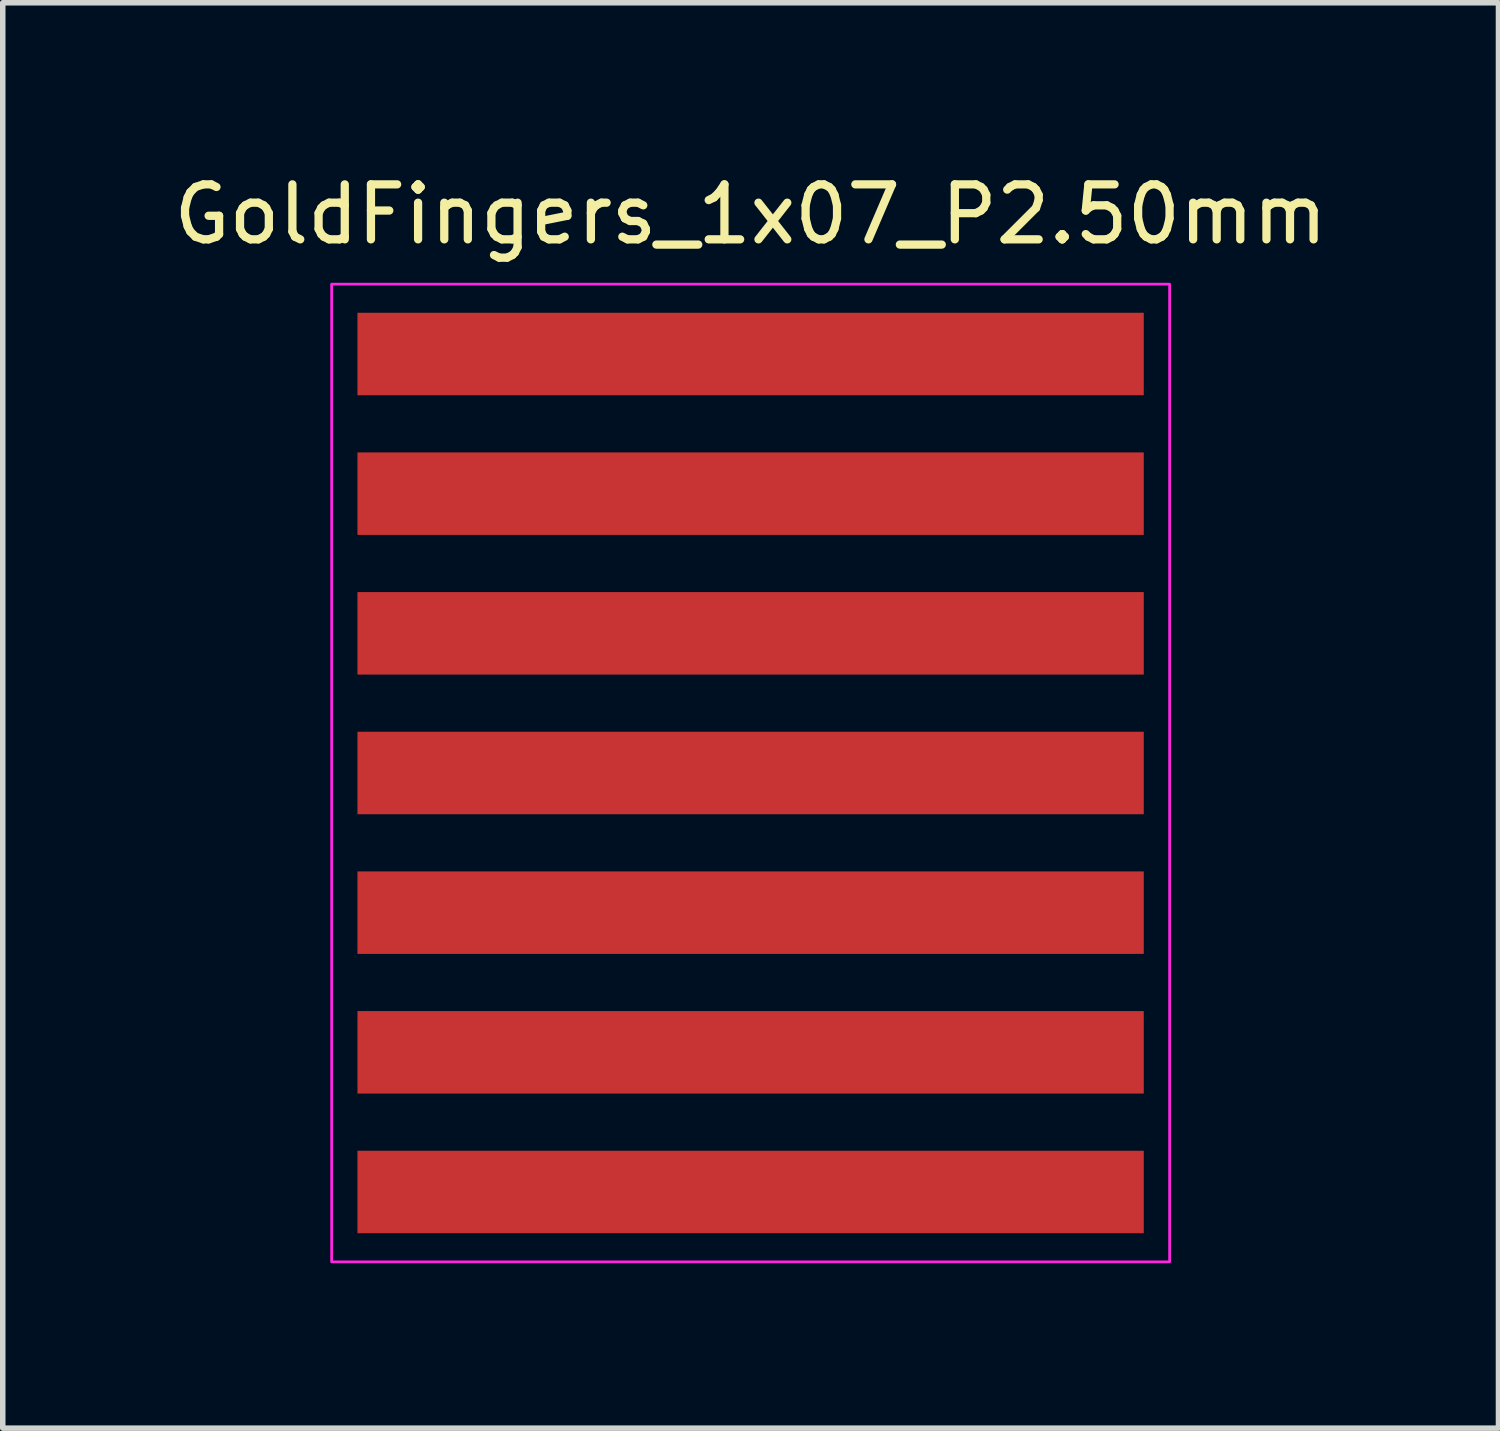
<source format=kicad_pcb>
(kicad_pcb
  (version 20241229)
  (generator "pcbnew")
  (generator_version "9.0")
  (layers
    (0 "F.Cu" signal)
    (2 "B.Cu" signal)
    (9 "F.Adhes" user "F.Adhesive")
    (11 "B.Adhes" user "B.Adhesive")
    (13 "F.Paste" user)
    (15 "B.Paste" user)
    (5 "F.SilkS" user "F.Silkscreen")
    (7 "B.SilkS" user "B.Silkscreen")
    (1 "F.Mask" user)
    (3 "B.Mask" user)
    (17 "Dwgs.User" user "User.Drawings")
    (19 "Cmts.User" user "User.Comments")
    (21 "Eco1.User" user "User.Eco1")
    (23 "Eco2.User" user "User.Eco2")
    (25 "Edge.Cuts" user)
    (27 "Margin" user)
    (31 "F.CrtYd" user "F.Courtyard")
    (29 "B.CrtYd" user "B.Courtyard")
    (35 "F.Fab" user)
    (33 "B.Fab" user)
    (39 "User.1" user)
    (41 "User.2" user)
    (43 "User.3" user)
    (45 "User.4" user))
  (footprint "GoldFingers_1x07_P2.50mm"
    (layer "F.Cu")
    (at 10.601 11.008)
    (property "Reference" "GoldFingers_1x07_P2.50mm" (at 0 -10.16 0) (layer "F.SilkS") (effects (font (size 1 1) (thickness 0.15))))
    (attr smd)
    (fp_rect (start -7.62 -8.89) (end 7.62 8.89) (stroke (width 0.05) (type default)) (fill no) (layer "F.CrtYd"))
    (pad "1" connect rect (at 0 -7.62 90) (size 1.5 14.3) (layers "F.Cu" "F.Mask"))
    (pad "2" connect rect (at 0 -5.08 90) (size 1.5 14.3) (layers "F.Cu" "F.Mask"))
    (pad "3" connect rect (at 0 -2.54 90) (size 1.5 14.3) (layers "F.Cu" "F.Mask"))
    (pad "4" connect rect (at 0 0 90) (size 1.5 14.3) (layers "F.Cu" "F.Mask"))
    (pad "5" connect rect (at 0 2.54 90) (size 1.5 14.3) (layers "F.Cu" "F.Mask"))
    (pad "6" connect rect (at 0 5.08 90) (size 1.5 14.3) (layers "F.Cu" "F.Mask"))
    (pad "7" connect rect (at 0 7.62 90) (size 1.5 14.3) (layers "F.Cu" "F.Mask")))
  (gr_rect
    (start -3 -3)
    (end 24.202 22.923)
    (stroke (width 0.1) (type default))
    (fill no)
    (layer "Edge.Cuts")))
</source>
